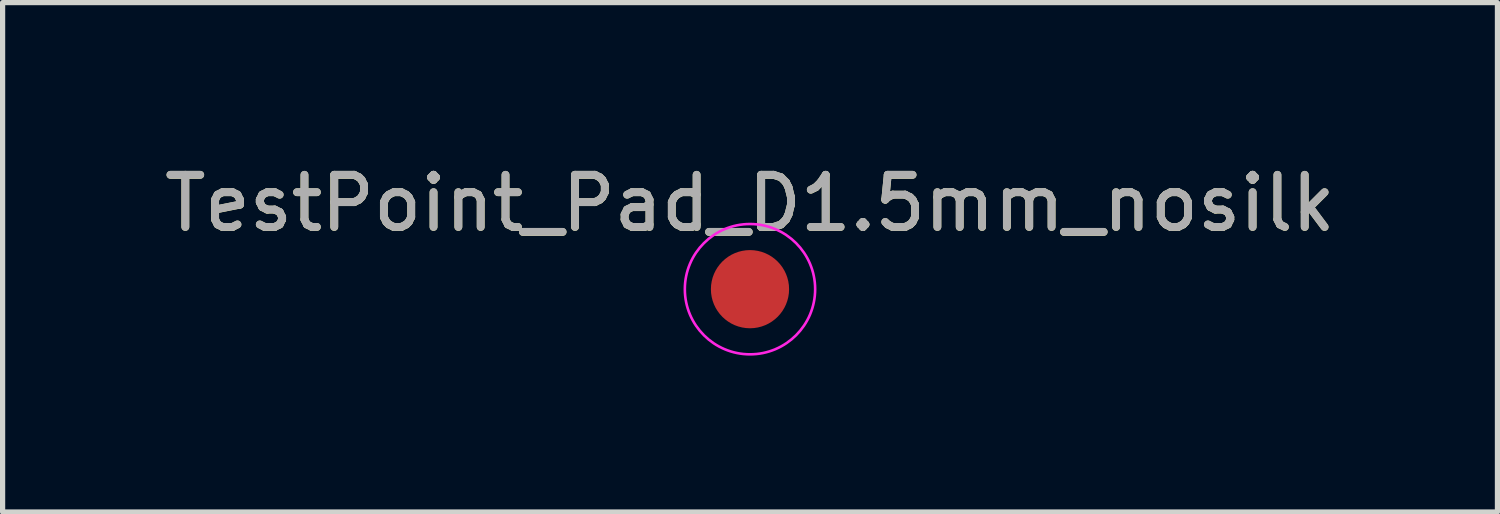
<source format=kicad_pcb>
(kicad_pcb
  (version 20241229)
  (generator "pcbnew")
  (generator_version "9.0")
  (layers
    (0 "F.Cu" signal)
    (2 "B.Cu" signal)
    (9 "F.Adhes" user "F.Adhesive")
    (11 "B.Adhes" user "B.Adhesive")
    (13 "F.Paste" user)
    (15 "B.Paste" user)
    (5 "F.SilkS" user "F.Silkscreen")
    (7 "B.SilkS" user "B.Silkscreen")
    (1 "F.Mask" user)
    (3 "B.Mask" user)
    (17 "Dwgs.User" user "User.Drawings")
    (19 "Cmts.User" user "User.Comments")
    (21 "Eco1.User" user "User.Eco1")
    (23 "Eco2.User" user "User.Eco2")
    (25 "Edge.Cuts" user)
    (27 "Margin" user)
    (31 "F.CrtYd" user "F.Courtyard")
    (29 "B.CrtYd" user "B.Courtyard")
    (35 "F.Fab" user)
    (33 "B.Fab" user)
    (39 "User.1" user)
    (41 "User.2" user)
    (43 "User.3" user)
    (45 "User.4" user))
  (footprint "TestPoint_Pad_D1.5mm_nosilk"
    (layer "F.Cu")
    (at 11.339 2.498)
    (property "Reference" "TestPoint_Pad_D1.5mm_nosilk" (at 0 -1.648 0) (layer "F.SilkS") (effects (font (size 1 1) (thickness 0.15))))
    (attr exclude_from_pos_files exclude_from_bom)
    (fp_circle (center 0 0) (end 1.25 0) (stroke (width 0.05) (type solid)) (fill no) (layer "F.CrtYd"))
    (fp_text user "${REFERENCE}" (at 0 -1.65 0) (layer "F.Fab") (effects (font (size 1 1) (thickness 0.15))))
    (pad "1" smd circle (at 0 0) (size 1.5 1.5) (layers "F.Cu" "F.Mask")))
  (gr_rect
    (start -3 -3)
    (end 25.679 6.773)
    (stroke (width 0.1) (type default))
    (fill no)
    (layer "Edge.Cuts")))
</source>
